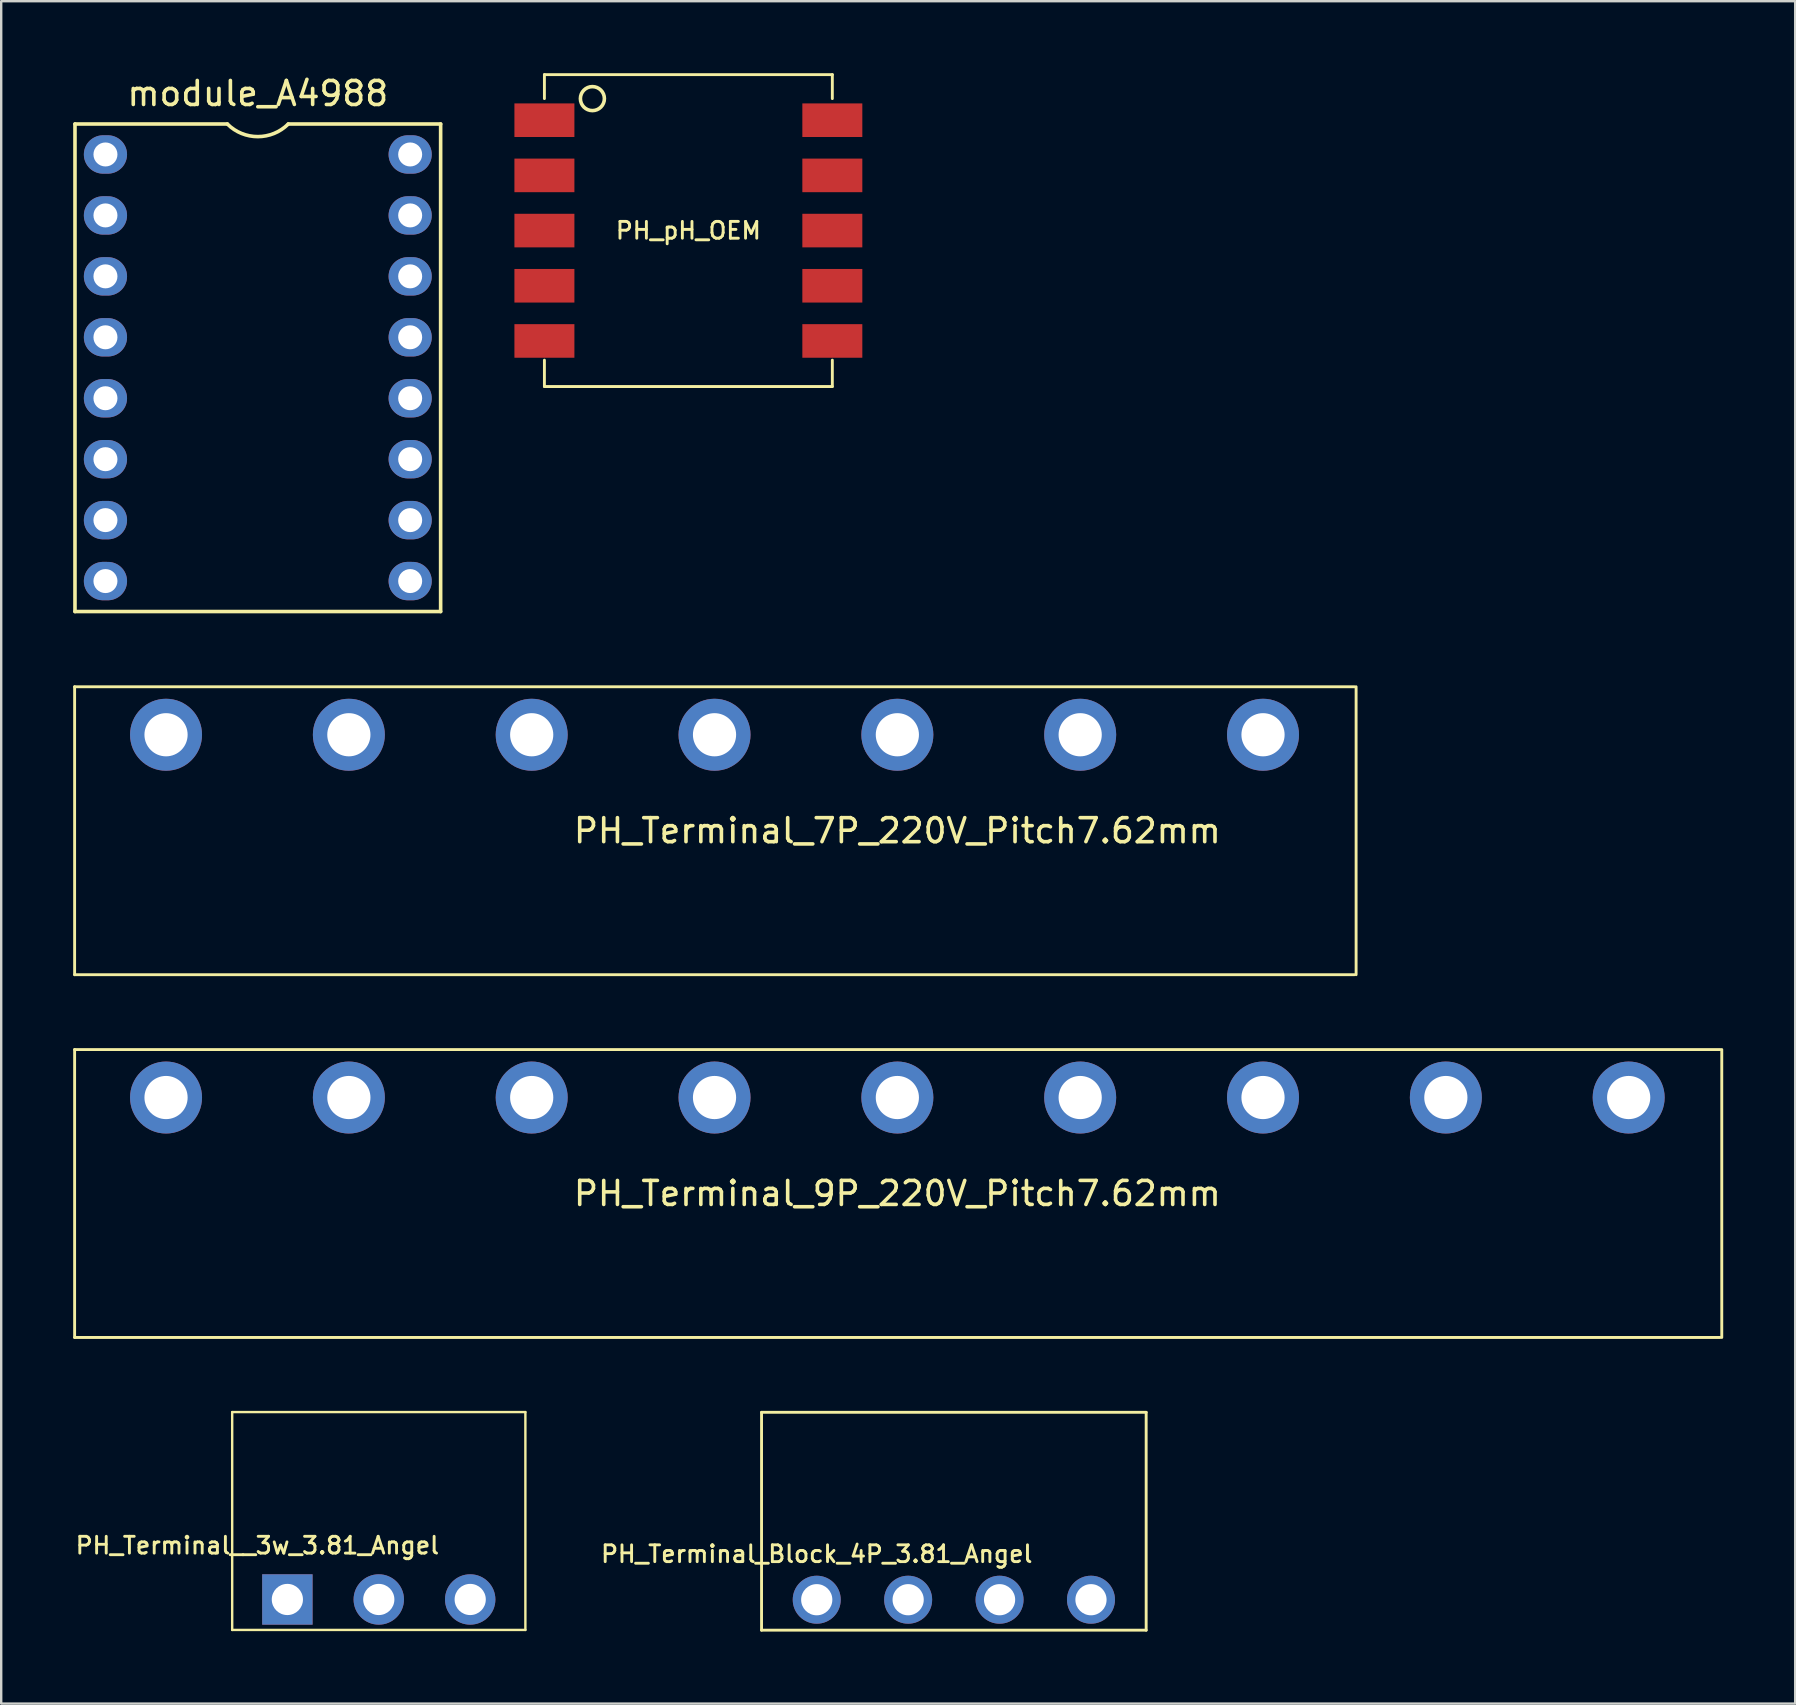
<source format=kicad_pcb>
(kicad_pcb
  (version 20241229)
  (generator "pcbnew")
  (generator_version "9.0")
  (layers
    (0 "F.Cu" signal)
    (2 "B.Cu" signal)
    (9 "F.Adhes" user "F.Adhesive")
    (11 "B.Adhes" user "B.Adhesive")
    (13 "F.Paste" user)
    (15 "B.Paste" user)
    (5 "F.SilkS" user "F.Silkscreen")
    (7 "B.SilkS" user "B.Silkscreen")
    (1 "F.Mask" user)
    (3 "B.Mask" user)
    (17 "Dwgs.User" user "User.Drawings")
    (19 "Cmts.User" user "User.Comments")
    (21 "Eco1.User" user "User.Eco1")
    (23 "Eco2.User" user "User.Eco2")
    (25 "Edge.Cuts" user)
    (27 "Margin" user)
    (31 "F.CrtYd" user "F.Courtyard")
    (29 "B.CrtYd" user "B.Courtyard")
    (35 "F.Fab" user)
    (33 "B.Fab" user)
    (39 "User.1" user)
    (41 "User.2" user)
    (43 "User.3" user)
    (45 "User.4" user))
  (footprint "PH_Terminal__3w_3.81_Angel"
    (layer "F.Cu")
    (at 12.677 63.613)
    (property "Reference" "PH_Terminal__3w_3.81_Angel" (at -5 -2.25 180) (layer "F.SilkS") (effects (font (size 0.7 0.7) (thickness 0.12))))
    (attr through_hole)
    (fp_line (start -6.05 -7.81) (end -6.05 1.27) (stroke (width 0.1) (type solid)) (layer "F.SilkS"))
    (fp_line (start -6.05 -7.81) (end 6.17 -7.81) (stroke (width 0.1) (type solid)) (layer "F.SilkS"))
    (fp_line (start 6.17 -7.81) (end 6.17 1.27) (stroke (width 0.1) (type solid)) (layer "F.SilkS"))
    (fp_line (start 6.17 1.27) (end -6.05 1.27) (stroke (width 0.1) (type solid)) (layer "F.SilkS"))
    (pad "1" thru_hole rect (at -3.75 0 90) (size 2.1 2.1) (drill 1.3) (layers "*.Cu" "*.Mask"))
    (pad "2" thru_hole circle (at 0.06 0 90) (size 2.1 2.1) (drill 1.3) (layers "*.Cu" "*.Mask"))
    (pad "3" thru_hole circle (at 3.87 0 90) (size 2.1 2.1) (drill 1.3) (layers "*.Cu" "*.Mask")))
  (footprint "PH_pH_OEM"
    (layer "F.Cu")
    (at 25.64 6.56)
    (property "Reference" "PH_pH_OEM" (at 0 0 0) (layer "F.SilkS") (effects (font (size 0.7 0.7) (thickness 0.12))))
    (attr through_hole)
    (fp_line (start -6 -6.5) (end -6 -5.5) (stroke (width 0.12) (type solid)) (layer "F.SilkS"))
    (fp_line (start -6 6.5) (end -6 5.4) (stroke (width 0.12) (type solid)) (layer "F.SilkS"))
    (fp_line (start 6 -6.5) (end -6 -6.5) (stroke (width 0.12) (type solid)) (layer "F.SilkS"))
    (fp_line (start 6 -6.5) (end 6 -5.5) (stroke (width 0.12) (type solid)) (layer "F.SilkS"))
    (fp_line (start 6 6.5) (end -6 6.5) (stroke (width 0.12) (type solid)) (layer "F.SilkS"))
    (fp_line (start 6 6.5) (end 6 5.4) (stroke (width 0.12) (type solid)) (layer "F.SilkS"))
    (fp_circle (center -4 -5.5) (end -4 -5) (stroke (width 0.15) (type solid)) (fill no) (layer "F.SilkS"))
    (pad "1" smd rect (at -6 -4.6) (size 2.5 1.4) (layers "F.Cu" "F.Mask" "F.Paste"))
    (pad "2" smd rect (at -6 -2.3) (size 2.5 1.4) (layers "F.Cu" "F.Mask" "F.Paste"))
    (pad "3" smd rect (at -6 0) (size 2.5 1.4) (layers "F.Cu" "F.Mask" "F.Paste"))
    (pad "4" smd rect (at -6 2.3) (size 2.5 1.4) (layers "F.Cu" "F.Mask" "F.Paste"))
    (pad "5" smd rect (at -6 4.6) (size 2.5 1.4) (layers "F.Cu" "F.Mask" "F.Paste"))
    (pad "6" smd rect (at 6 4.6) (size 2.5 1.4) (layers "F.Cu" "F.Mask" "F.Paste"))
    (pad "7" smd rect (at 6 2.3) (size 2.5 1.4) (layers "F.Cu" "F.Mask" "F.Paste"))
    (pad "8" smd rect (at 6 0) (size 2.5 1.4) (layers "F.Cu" "F.Mask" "F.Paste"))
    (pad "9" smd rect (at 6 -2.3) (size 2.5 1.4) (layers "F.Cu" "F.Mask" "F.Paste"))
    (pad "10" smd rect (at 6 -4.6) (size 2.5 1.4) (layers "F.Cu" "F.Mask" "F.Paste")))
  (footprint "PH_Terminal_9P_220V_Pitch7.62mm"
    (layer "F.Cu")
    (at 34.35 46.693)
    (property "Reference" "PH_Terminal_9P_220V_Pitch7.62mm" (at 0 0 0) (layer "F.SilkS") (effects (font (size 1 1) (thickness 0.15))))
    (attr through_hole)
    (fp_line (start -34.29 -6) (end 34.29 -6) (stroke (width 0.12) (type solid)) (layer "F.SilkS"))
    (fp_line (start -34.29 6) (end -34.29 -6) (stroke (width 0.12) (type solid)) (layer "F.SilkS"))
    (fp_line (start 34.29 6) (end -34.29 6) (stroke (width 0.12) (type solid)) (layer "F.SilkS"))
    (fp_line (start 34.36 -6) (end 34.36 6) (stroke (width 0.12) (type solid)) (layer "F.SilkS"))
    (pad "1" thru_hole circle (at -30.48 -4) (size 3 3) (drill 1.8) (layers "*.Cu" "*.Mask"))
    (pad "2" thru_hole circle (at -22.86 -4) (size 3 3) (drill 1.8) (layers "*.Cu" "*.Mask"))
    (pad "3" thru_hole circle (at -15.24 -4) (size 3 3) (drill 1.8) (layers "*.Cu" "*.Mask"))
    (pad "4" thru_hole circle (at -7.62 -4) (size 3 3) (drill 1.8) (layers "*.Cu" "*.Mask"))
    (pad "5" thru_hole circle (at 0 -4) (size 3 3) (drill 1.8) (layers "*.Cu" "*.Mask"))
    (pad "6" thru_hole circle (at 7.62 -4) (size 3 3) (drill 1.8) (layers "*.Cu" "*.Mask"))
    (pad "7" thru_hole circle (at 15.24 -4) (size 3 3) (drill 1.8) (layers "*.Cu" "*.Mask"))
    (pad "8" thru_hole circle (at 22.86 -4) (size 3 3) (drill 1.8) (layers "*.Cu" "*.Mask"))
    (pad "9" thru_hole circle (at 30.48 -4) (size 3 3) (drill 1.8) (layers "*.Cu" "*.Mask")))
  (footprint "PH_Terminal_Block_4P_3.81_Angel"
    (layer "F.Cu")
    (at 36.705 63.623)
    (property "Reference" "PH_Terminal_Block_4P_3.81_Angel" (at -5.715 -1.905 0) (layer "F.SilkS") (effects (font (size 0.7 0.7) (thickness 0.12))))
    (attr through_hole)
    (fp_line (start -8.015 -7.81) (end -8.015 1.27) (stroke (width 0.12) (type solid)) (layer "F.SilkS"))
    (fp_line (start -8.015 -7.81) (end 8.015 -7.81) (stroke (width 0.12) (type solid)) (layer "F.SilkS"))
    (fp_line (start -8.015 1.27) (end 8.015 1.27) (stroke (width 0.12) (type solid)) (layer "F.SilkS"))
    (fp_line (start 8.015 -7.81) (end 8.015 1.27) (stroke (width 0.12) (type solid)) (layer "F.SilkS"))
    (pad "1" thru_hole circle (at -5.715 0) (size 2 2) (drill 1.3) (layers "*.Cu" "*.Mask"))
    (pad "2" thru_hole circle (at -1.905 0) (size 2 2) (drill 1.3) (layers "*.Cu" "*.Mask"))
    (pad "3" thru_hole circle (at 1.905 0) (size 2 2) (drill 1.3) (layers "*.Cu" "*.Mask"))
    (pad "4" thru_hole circle (at 5.715 0) (size 2 2) (drill 1.3) (layers "*.Cu" "*.Mask")))
  (footprint "PH_Terminal_7P_220V_Pitch7.62mm"
    (layer "F.Cu")
    (at 26.73 31.573)
    (property "Reference" "PH_Terminal_7P_220V_Pitch7.62mm" (at 7.62 0 0) (layer "F.SilkS") (effects (font (size 1 1) (thickness 0.15))))
    (attr through_hole)
    (fp_line (start -26.67 -6) (end 26.67 -6) (stroke (width 0.12) (type solid)) (layer "F.SilkS"))
    (fp_line (start -26.67 6) (end -26.67 -6) (stroke (width 0.12) (type solid)) (layer "F.SilkS"))
    (fp_line (start 26.67 6) (end -26.67 6) (stroke (width 0.12) (type solid)) (layer "F.SilkS"))
    (fp_line (start 26.74 -6) (end 26.74 6) (stroke (width 0.12) (type solid)) (layer "F.SilkS"))
    (pad "1" thru_hole circle (at -22.86 -4) (size 3 3) (drill 1.8) (layers "*.Cu" "*.Mask"))
    (pad "2" thru_hole circle (at -15.24 -4) (size 3 3) (drill 1.8) (layers "*.Cu" "*.Mask"))
    (pad "3" thru_hole circle (at -7.62 -4) (size 3 3) (drill 1.8) (layers "*.Cu" "*.Mask"))
    (pad "4" thru_hole circle (at 0 -4) (size 3 3) (drill 1.8) (layers "*.Cu" "*.Mask"))
    (pad "5" thru_hole circle (at 7.62 -4) (size 3 3) (drill 1.8) (layers "*.Cu" "*.Mask"))
    (pad "6" thru_hole circle (at 15.24 -4) (size 3 3) (drill 1.8) (layers "*.Cu" "*.Mask"))
    (pad "7" thru_hole circle (at 22.86 -4) (size 3 3) (drill 1.8) (layers "*.Cu" "*.Mask")))
  (footprint "module_A4988"
    (layer "F.Cu")
    (at 1.345 3.388)
    (property "Reference" "module_A4988" (at 6.35 -2.54 0) (layer "F.SilkS") (effects (font (size 1 1) (thickness 0.15))))
    (attr through_hole)
    (fp_line (start -1.27 -1.27) (end -1.27 19.05) (stroke (width 0.15) (type solid)) (layer "F.SilkS"))
    (fp_line (start -1.27 -1.27) (end 5.08 -1.27) (stroke (width 0.15) (type solid)) (layer "F.SilkS"))
    (fp_line (start -1.27 19.05) (end 13.97 19.05) (stroke (width 0.15) (type solid)) (layer "F.SilkS"))
    (fp_line (start 7.62 -1.27) (end 13.97 -1.27) (stroke (width 0.15) (type solid)) (layer "F.SilkS"))
    (fp_line (start 13.97 19.05) (end 13.97 -1.27) (stroke (width 0.15) (type solid)) (layer "F.SilkS"))
    (fp_arc (start 7.62 -1.27) (mid 6.35 -0.743949) (end 5.08 -1.27) (stroke (width 0.15) (type solid)) (layer "F.SilkS"))
    (pad "1" thru_hole oval (at 0 0) (size 1.8 1.6) (drill 1) (layers "*.Cu" "*.Mask"))
    (pad "2" thru_hole oval (at 0 2.54) (size 1.8 1.6) (drill 1) (layers "*.Cu" "*.Mask"))
    (pad "3" thru_hole oval (at 0 5.08) (size 1.8 1.6) (drill 1) (layers "*.Cu" "*.Mask"))
    (pad "4" thru_hole oval (at 0 7.62) (size 1.8 1.6) (drill 1) (layers "*.Cu" "*.Mask"))
    (pad "5" thru_hole oval (at 0 10.16) (size 1.8 1.6) (drill 1) (layers "*.Cu" "*.Mask"))
    (pad "6" thru_hole oval (at 0 12.7) (size 1.8 1.6) (drill 1) (layers "*.Cu" "*.Mask"))
    (pad "7" thru_hole oval (at 0 15.24) (size 1.8 1.6) (drill 1) (layers "*.Cu" "*.Mask"))
    (pad "8" thru_hole oval (at 0 17.78) (size 1.8 1.6) (drill 1) (layers "*.Cu" "*.Mask"))
    (pad "9" thru_hole oval (at 12.7 17.78) (size 1.8 1.6) (drill 1) (layers "*.Cu" "*.Mask"))
    (pad "10" thru_hole oval (at 12.7 15.24) (size 1.8 1.6) (drill 1) (layers "*.Cu" "*.Mask"))
    (pad "11" thru_hole oval (at 12.7 12.7) (size 1.8 1.6) (drill 1) (layers "*.Cu" "*.Mask"))
    (pad "12" thru_hole oval (at 12.7 10.16) (size 1.8 1.6) (drill 1) (layers "*.Cu" "*.Mask"))
    (pad "13" thru_hole oval (at 12.7 7.62) (size 1.8 1.6) (drill 1) (layers "*.Cu" "*.Mask"))
    (pad "14" thru_hole oval (at 12.7 5.08) (size 1.8 1.6) (drill 1) (layers "*.Cu" "*.Mask"))
    (pad "15" thru_hole oval (at 12.7 2.54) (size 1.8 1.6) (drill 1) (layers "*.Cu" "*.Mask"))
    (pad "16" thru_hole oval (at 12.7 0) (size 1.8 1.6) (drill 1) (layers "*.Cu" "*.Mask")))
  (gr_rect
    (start -3 -3)
    (end 71.77 67.953)
    (stroke (width 0.1) (type default))
    (fill no)
    (layer "Edge.Cuts")))
</source>
